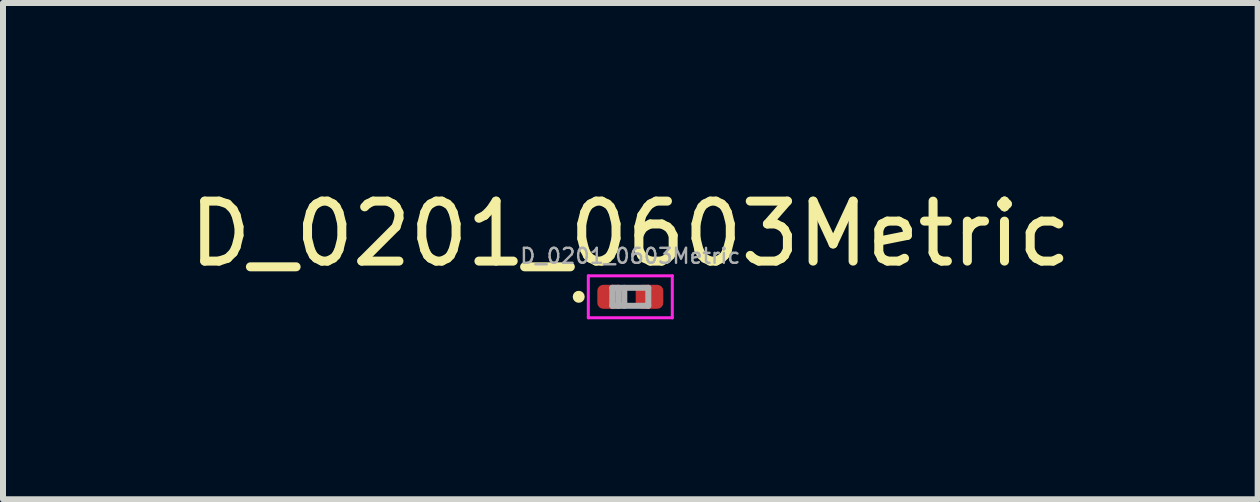
<source format=kicad_pcb>
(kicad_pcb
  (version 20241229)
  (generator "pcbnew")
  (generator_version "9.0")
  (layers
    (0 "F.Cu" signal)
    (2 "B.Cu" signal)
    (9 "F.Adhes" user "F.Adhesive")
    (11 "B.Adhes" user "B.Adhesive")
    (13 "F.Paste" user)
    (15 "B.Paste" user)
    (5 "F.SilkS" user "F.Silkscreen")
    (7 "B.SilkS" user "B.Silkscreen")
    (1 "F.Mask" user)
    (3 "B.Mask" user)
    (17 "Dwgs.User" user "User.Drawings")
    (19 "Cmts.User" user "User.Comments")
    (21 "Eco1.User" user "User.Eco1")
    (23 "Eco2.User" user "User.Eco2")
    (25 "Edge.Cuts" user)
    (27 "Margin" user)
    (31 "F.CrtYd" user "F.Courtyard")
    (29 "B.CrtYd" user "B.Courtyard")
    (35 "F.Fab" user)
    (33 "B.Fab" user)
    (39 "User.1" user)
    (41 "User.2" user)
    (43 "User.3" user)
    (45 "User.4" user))
  (footprint "D_0201_0603Metric"
    (layer "F.Cu")
    (at 7.458 1.898)
    (property "Reference" "D_0201_0603Metric" (at 0 -1.05 0) (layer "F.SilkS") (effects (font (size 1 1) (thickness 0.15))))
    (attr smd)
    (fp_circle (center -0.86 0) (end -0.81 0) (stroke (width 0.1) (type solid)) (fill no) (layer "F.SilkS"))
    (fp_line (start -0.7 -0.35) (end 0.7 -0.35) (stroke (width 0.05) (type solid)) (layer "F.CrtYd"))
    (fp_line (start -0.7 0.35) (end -0.7 -0.35) (stroke (width 0.05) (type solid)) (layer "F.CrtYd"))
    (fp_line (start 0.7 -0.35) (end 0.7 0.35) (stroke (width 0.05) (type solid)) (layer "F.CrtYd"))
    (fp_line (start 0.7 0.35) (end -0.7 0.35) (stroke (width 0.05) (type solid)) (layer "F.CrtYd"))
    (fp_line (start -0.3 -0.15) (end 0.3 -0.15) (stroke (width 0.1) (type solid)) (layer "F.Fab"))
    (fp_line (start -0.3 0.15) (end -0.3 -0.15) (stroke (width 0.1) (type solid)) (layer "F.Fab"))
    (fp_line (start -0.2 0.15) (end -0.2 -0.15) (stroke (width 0.1) (type solid)) (layer "F.Fab"))
    (fp_line (start -0.1 0.15) (end -0.1 -0.15) (stroke (width 0.1) (type solid)) (layer "F.Fab"))
    (fp_line (start 0.3 -0.15) (end 0.3 0.15) (stroke (width 0.1) (type solid)) (layer "F.Fab"))
    (fp_line (start 0.3 0.15) (end -0.3 0.15) (stroke (width 0.1) (type solid)) (layer "F.Fab"))
    (fp_text user "${REFERENCE}" (at 0 -0.68 0) (layer "F.Fab") (effects (font (size 0.25 0.25) (thickness 0.04))))
    (pad "" smd roundrect (at -0.345 0) (size 0.318 0.36) (layers "F.Paste") (roundrect_rratio 0.25))
    (pad "" smd roundrect (at 0.345 0) (size 0.318 0.36) (layers "F.Paste") (roundrect_rratio 0.25))
    (pad "1" smd roundrect (at -0.32 0) (size 0.46 0.4) (layers "F.Cu" "F.Mask") (roundrect_rratio 0.25))
    (pad "2" smd roundrect (at 0.32 0) (size 0.46 0.4) (layers "F.Cu" "F.Mask") (roundrect_rratio 0.25)))
  (gr_rect
    (start -3 -3)
    (end 17.917 5.273)
    (stroke (width 0.1) (type default))
    (fill no)
    (layer "Edge.Cuts")))
</source>
